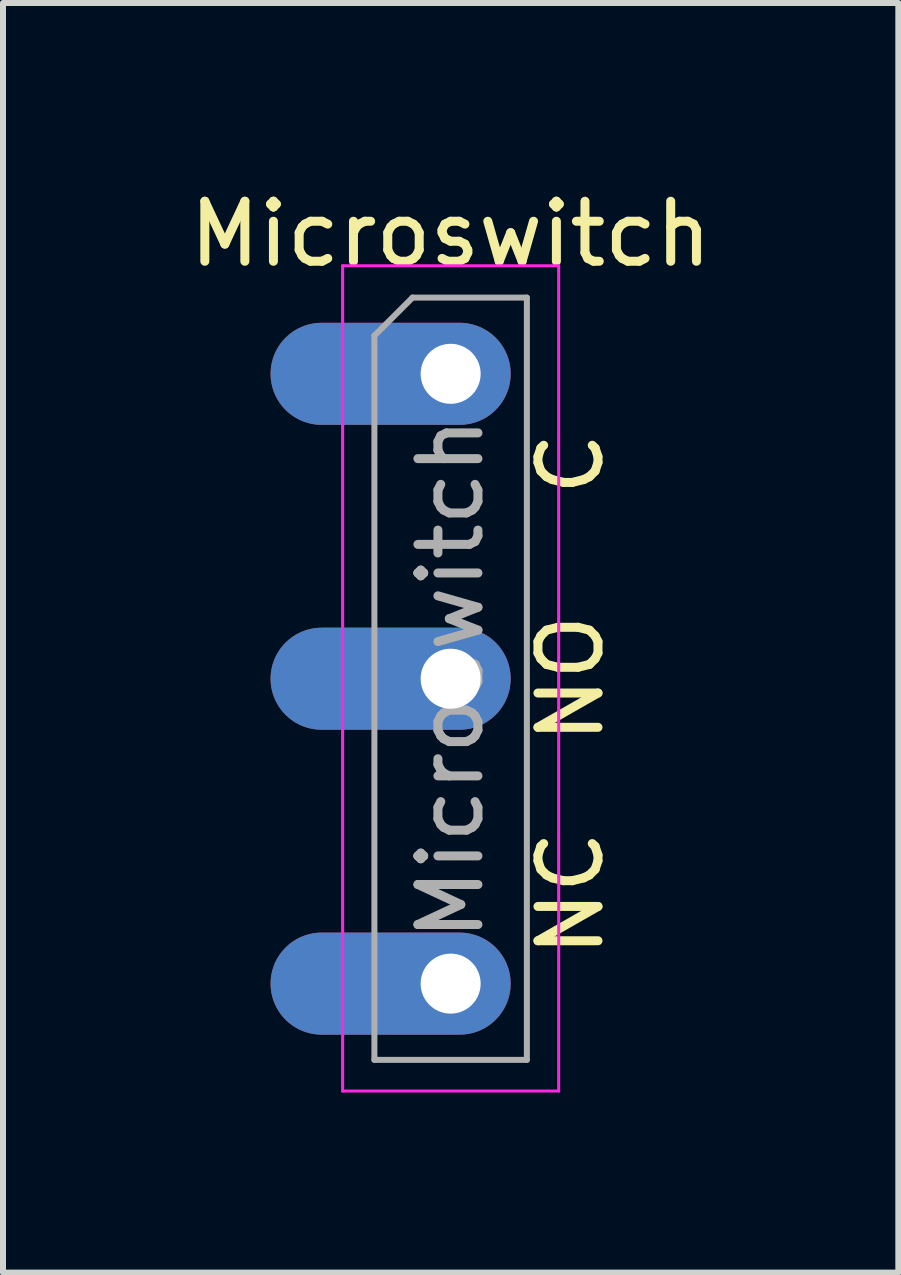
<source format=kicad_pcb>
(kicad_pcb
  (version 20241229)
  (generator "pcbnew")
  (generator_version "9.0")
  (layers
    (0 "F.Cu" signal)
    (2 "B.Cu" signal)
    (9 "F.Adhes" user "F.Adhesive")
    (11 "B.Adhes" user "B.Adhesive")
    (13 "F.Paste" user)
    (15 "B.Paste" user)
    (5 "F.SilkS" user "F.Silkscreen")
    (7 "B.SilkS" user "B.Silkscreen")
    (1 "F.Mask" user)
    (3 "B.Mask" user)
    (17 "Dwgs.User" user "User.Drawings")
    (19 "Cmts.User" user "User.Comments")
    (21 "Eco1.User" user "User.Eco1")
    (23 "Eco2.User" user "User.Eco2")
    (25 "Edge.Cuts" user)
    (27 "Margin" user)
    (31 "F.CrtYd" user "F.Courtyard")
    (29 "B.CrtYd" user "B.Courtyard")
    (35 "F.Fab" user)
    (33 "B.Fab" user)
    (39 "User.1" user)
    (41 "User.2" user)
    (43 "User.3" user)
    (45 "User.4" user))
  (footprint "Microswitch"
    (layer "F.Cu")
    (at 4.458 3.178)
    (property "Reference" "Microswitch" (at 0 -2.33 0) (layer "F.SilkS") (effects (font (size 1 1) (thickness 0.15))))
    (attr through_hole)
    (fp_line (start -1.8 -1.8) (end -1.8 11.95) (stroke (width 0.05) (type solid)) (layer "F.CrtYd"))
    (fp_line (start -1.8 11.95) (end 1.8 11.95) (stroke (width 0.05) (type solid)) (layer "F.CrtYd"))
    (fp_line (start 1.8 -1.8) (end -1.8 -1.8) (stroke (width 0.05) (type solid)) (layer "F.CrtYd"))
    (fp_line (start 1.8 11.95) (end 1.8 -1.8) (stroke (width 0.05) (type solid)) (layer "F.CrtYd"))
    (fp_line (start -1.27 -0.635) (end -0.635 -1.27) (stroke (width 0.1) (type solid)) (layer "F.Fab"))
    (fp_line (start -1.27 11.43) (end -1.27 -0.635) (stroke (width 0.1) (type solid)) (layer "F.Fab"))
    (fp_line (start -0.635 -1.27) (end 1.27 -1.27) (stroke (width 0.1) (type solid)) (layer "F.Fab"))
    (fp_line (start 1.27 -1.27) (end 1.27 11.43) (stroke (width 0.1) (type solid)) (layer "F.Fab"))
    (fp_line (start 1.27 11.43) (end -1.27 11.43) (stroke (width 0.1) (type solid)) (layer "F.Fab"))
    (fp_text user "NC" (at 2 8.66 90) (unlocked yes) (layer "F.SilkS") (effects (font (size 1 1) (thickness 0.15))))
    (fp_text user "C" (at 2 1.5 90) (unlocked yes) (layer "F.SilkS") (effects (font (size 1 1) (thickness 0.15))))
    (fp_text user "NO" (at 2 5.08 90) (unlocked yes) (layer "F.SilkS") (effects (font (size 1 1) (thickness 0.15))))
    (fp_text user "${REFERENCE}" (at 0 5.08 90) (layer "F.Fab") (effects (font (size 1 1) (thickness 0.15))))
    (pad "1" thru_hole oval (at 0 10.16) (size 4 1.7) (drill 1 (offset -1 0)) (layers "*.Cu" "*.Mask"))
    (pad "2" thru_hole oval (at 0 0) (size 4 1.7) (drill 1 (offset -1 0)) (layers "*.Cu" "*.Mask"))
    (pad "3" thru_hole oval (at 0 5.08) (size 4 1.7) (drill 1 (offset -1 0)) (layers "*.Cu" "*.Mask")))
  (gr_rect
    (start -3 -3)
    (end 11.917 18.153)
    (stroke (width 0.1) (type default))
    (fill no)
    (layer "Edge.Cuts")))
</source>
